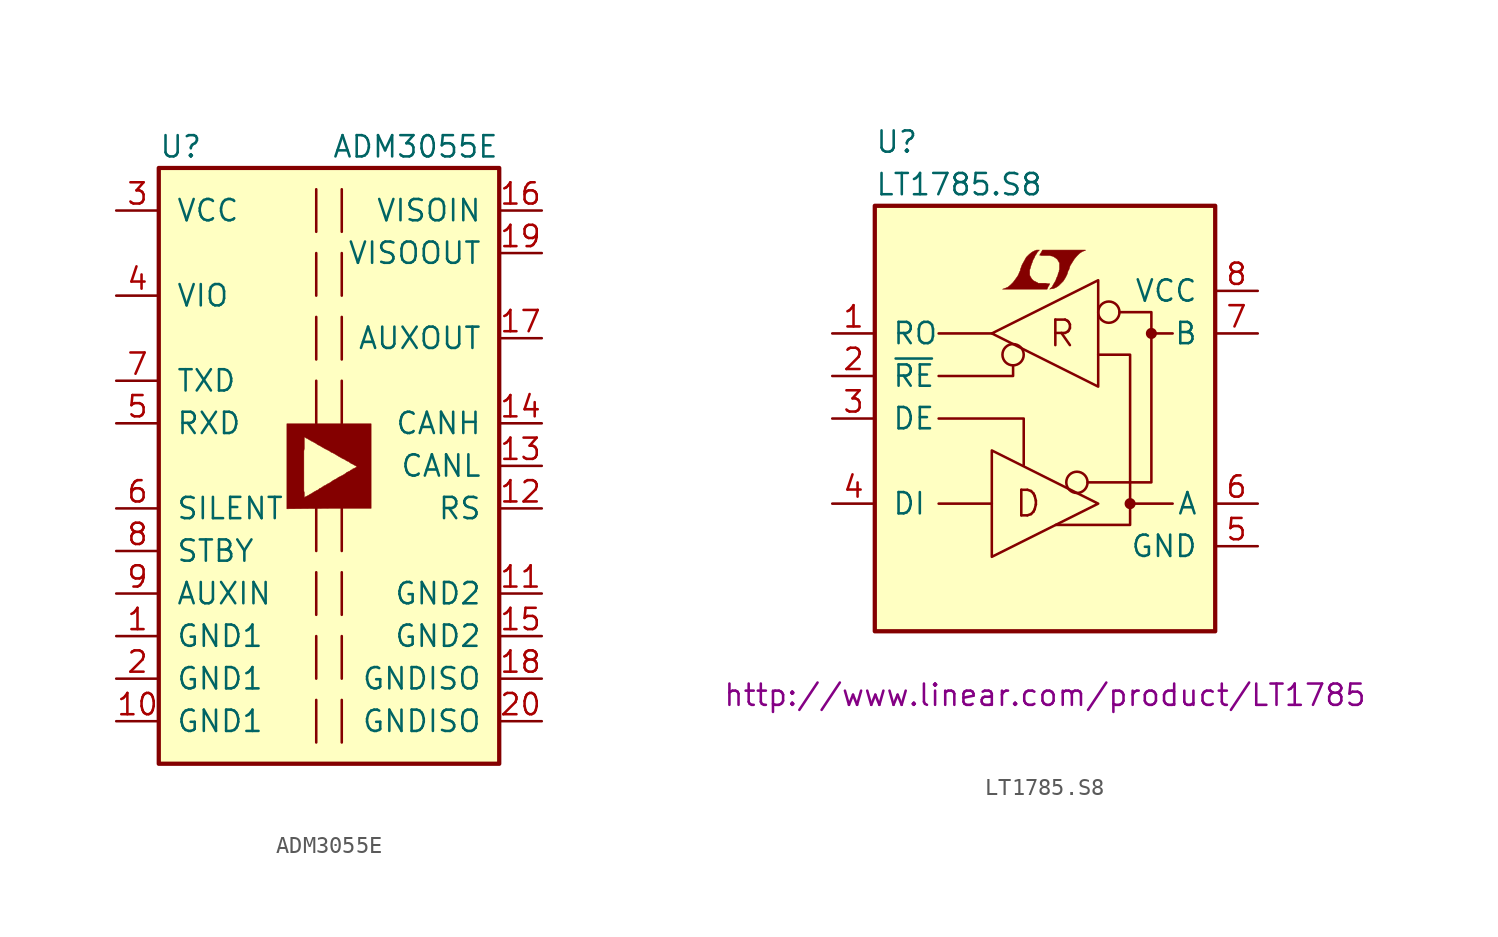
<source format=kicad_sym>
(kicad_symbol_lib
  (version 20201005)
  (generator kicad_symbol_editor)
  (symbol "ADM3055E"
    (pin_names
      (offset 1.016))
    (property "Reference" "U"
      (at -10.16 19.05 0)
      (effects (font (size 1.27 1.27)) (justify left)))
    (property "Value" "ADM3055E"
      (at 10.16 19.05 0)
      (effects (font (size 1.27 1.27)) (justify right)))
    (symbol "ADM3055E_0_0"
      (polyline (pts (xy 0 -2.54) (xy 2.515 -2.54) (xy 2.515 2.515) (xy -2.515 2.515) (xy -2.515 -1.499) (xy -1.499 -1.499) (xy -1.499 0.889) (xy -1.473 1.041) (xy -1.473 1.727) (xy -1.422 1.702) (xy -1.397 1.676) (xy -1.245 1.6) (xy -1.168 1.549) (xy -1.067 1.499) (xy -1.041 1.473) (xy -0.965 1.448) (xy -0.889 1.397) (xy -0.787 1.346) (xy -0.686 1.27) (xy -0.483 1.168) (xy -0.457 1.143) (xy -0.356 1.092) (xy -0.279 1.041) (xy 0.025 0.889) (xy 0.127 0.813) (xy 0.254 0.762) (xy 0.635 0.533) (xy 0.686 0.508) (xy 0.813 0.432) (xy 0.94 0.381) (xy 1.041 0.305) (xy 1.168 0.254) (xy 1.27 0.178) (xy 1.346 0.127) (xy 1.422 0.102) (xy 1.499 0.051) (xy 1.6 0) (xy 1.626 -0.025) (xy 1.651 -0.025) (xy 1.676 -0.051) (xy 1.499 -0.152) (xy 1.422 -0.178) (xy 1.372 -0.229) (xy 1.295 -0.254) (xy 1.245 -0.305) (xy 1.194 -0.33) (xy 1.168 -0.33) (xy 1.143 -0.356) (xy 1.067 -0.381) (xy 1.016 -0.432) (xy 0.864 -0.533) (xy 0.559 -0.686) (xy 0.457 -0.762) (xy 0.254 -0.864) (xy 0.152 -0.94) (xy 0 -1.041) (xy -0.076 -1.067) (xy -0.102 -1.092) (xy -0.152 -1.118) (xy -0.229 -1.168) (xy -0.305 -1.194) (xy -0.356 -1.245) (xy -0.381 -1.245) (xy -0.406 -1.27) (xy -0.483 -1.321) (xy -0.559 -1.346) (xy -0.61 -1.397) (xy -0.686 -1.448) (xy -0.762 -1.473) (xy -0.787 -1.499) (xy -0.889 -1.549) (xy -1.041 -1.651) (xy -1.143 -1.702) (xy -1.219 -1.753) (xy -1.422 -1.854) (xy -1.473 -1.905) (xy -1.473 -1.6) (xy -1.499 -1.499) (xy -2.515 -1.499) (xy -2.515 -2.565) (xy 0 -2.54)) (stroke (width 0.025)) (fill (type outline))))
    (symbol "ADM3055E_0_1"
      (rectangle (start -10.16 17.78) (end 10.16 -17.78) (stroke (width 0.254)) (fill (type background)))
      (polyline (pts (xy -0.762 -13.97) (xy -0.762 -16.51)) (stroke (width 0)) (fill (type none)))
      (polyline (pts (xy -0.762 -10.16) (xy -0.762 -12.7)) (stroke (width 0)) (fill (type none)))
      (polyline (pts (xy -0.762 -6.35) (xy -0.762 -8.89)) (stroke (width 0)) (fill (type none)))
      (polyline (pts (xy -0.762 -2.54) (xy -0.762 -5.08)) (stroke (width 0)) (fill (type none)))
      (polyline (pts (xy -0.762 5.08) (xy -0.762 2.54)) (stroke (width 0)) (fill (type none)))
      (polyline (pts (xy -0.762 8.89) (xy -0.762 6.35)) (stroke (width 0)) (fill (type none)))
      (polyline (pts (xy -0.762 12.7) (xy -0.762 10.16)) (stroke (width 0)) (fill (type none)))
      (polyline (pts (xy -0.762 16.51) (xy -0.762 13.97)) (stroke (width 0)) (fill (type none)))
      (polyline (pts (xy 0.762 -13.97) (xy 0.762 -16.51)) (stroke (width 0)) (fill (type none)))
      (polyline (pts (xy 0.762 -10.16) (xy 0.762 -12.7)) (stroke (width 0)) (fill (type none)))
      (polyline (pts (xy 0.762 -6.35) (xy 0.762 -8.89)) (stroke (width 0)) (fill (type none)))
      (polyline (pts (xy 0.762 -2.54) (xy 0.762 -5.08)) (stroke (width 0)) (fill (type none)))
      (polyline (pts (xy 0.762 2.54) (xy 0.762 5.08)) (stroke (width 0)) (fill (type none)))
      (polyline (pts (xy 0.762 6.35) (xy 0.762 8.89)) (stroke (width 0)) (fill (type none)))
      (polyline (pts (xy 0.762 10.16) (xy 0.762 12.7)) (stroke (width 0)) (fill (type none)))
      (polyline (pts (xy 0.762 13.97) (xy 0.762 16.51)) (stroke (width 0)) (fill (type none))))
    (symbol "ADM3055E_1_1"
      (pin power_in line (at -12.7 -10.16 0) (length 2.54) (name "GND1" (effects (font (size 1.27 1.27)))) (number "1" (effects (font (size 1.27 1.27)))))
      (pin power_in line (at -12.7 -15.24 0) (length 2.54) (name "GND1" (effects (font (size 1.27 1.27)))) (number "10" (effects (font (size 1.27 1.27)))))
      (pin power_in line (at 12.7 -7.62 180) (length 2.54) (name "GND2" (effects (font (size 1.27 1.27)))) (number "11" (effects (font (size 1.27 1.27)))))
      (pin input line (at 12.7 -2.54 180) (length 2.54) (name "RS" (effects (font (size 1.27 1.27)))) (number "12" (effects (font (size 1.27 1.27)))))
      (pin bidirectional line (at 12.7 0 180) (length 2.54) (name "CANL" (effects (font (size 1.27 1.27)))) (number "13" (effects (font (size 1.27 1.27)))))
      (pin bidirectional line (at 12.7 2.54 180) (length 2.54) (name "CANH" (effects (font (size 1.27 1.27)))) (number "14" (effects (font (size 1.27 1.27)))))
      (pin power_in line (at 12.7 -10.16 180) (length 2.54) (name "GND2" (effects (font (size 1.27 1.27)))) (number "15" (effects (font (size 1.27 1.27)))))
      (pin power_in line (at 12.7 15.24 180) (length 2.54) (name "VISOIN" (effects (font (size 1.27 1.27)))) (number "16" (effects (font (size 1.27 1.27)))))
      (pin output line (at 12.7 7.62 180) (length 2.54) (name "AUXOUT" (effects (font (size 1.27 1.27)))) (number "17" (effects (font (size 1.27 1.27)))))
      (pin power_in line (at 12.7 -12.7 180) (length 2.54) (name "GNDISO" (effects (font (size 1.27 1.27)))) (number "18" (effects (font (size 1.27 1.27)))))
      (pin power_out line (at 12.7 12.7 180) (length 2.54) (name "VISOOUT" (effects (font (size 1.27 1.27)))) (number "19" (effects (font (size 1.27 1.27)))))
      (pin power_in line (at -12.7 -12.7 0) (length 2.54) (name "GND1" (effects (font (size 1.27 1.27)))) (number "2" (effects (font (size 1.27 1.27)))))
      (pin power_out line (at 12.7 -15.24 180) (length 2.54) (name "GNDISO" (effects (font (size 1.27 1.27)))) (number "20" (effects (font (size 1.27 1.27)))))
      (pin power_in line (at -12.7 15.24 0) (length 2.54) (name "VCC" (effects (font (size 1.27 1.27)))) (number "3" (effects (font (size 1.27 1.27)))))
      (pin power_in line (at -12.7 10.16 0) (length 2.54) (name "VIO" (effects (font (size 1.27 1.27)))) (number "4" (effects (font (size 1.27 1.27)))))
      (pin output line (at -12.7 2.54 0) (length 2.54) (name "RXD" (effects (font (size 1.27 1.27)))) (number "5" (effects (font (size 1.27 1.27)))))
      (pin input line (at -12.7 -2.54 0) (length 2.54) (name "SILENT" (effects (font (size 1.27 1.27)))) (number "6" (effects (font (size 1.27 1.27)))))
      (pin input line (at -12.7 5.08 0) (length 2.54) (name "TXD" (effects (font (size 1.27 1.27)))) (number "7" (effects (font (size 1.27 1.27)))))
      (pin input line (at -12.7 -5.08 0) (length 2.54) (name "STBY" (effects (font (size 1.27 1.27)))) (number "8" (effects (font (size 1.27 1.27)))))
      (pin input line (at -12.7 -7.62 0) (length 2.54) (name "AUXIN" (effects (font (size 1.27 1.27)))) (number "9" (effects (font (size 1.27 1.27)))))))
  (symbol "LT1785.S8"
    (pin_names
      (offset 1.016))
    (property "Reference" "U"
      (at -10.16 16.51 0)
      (effects (font (size 1.27 1.27)) (justify left)))
    (property "Value" "LT1785.S8"
      (at -10.16 13.97 0)
      (effects (font (size 1.27 1.27)) (justify left)))
    (property "Datasheet" "http://www.linear.com/product/LT1785"
      (at 0 -16.51 0)
      (effects (font (size 1.27 1.27))))
    (symbol "LT1785.S8_0_0"
      (text "D" (at -1.016 -5.08 0) (effects (font (size 1.524 1.524))))
      (text "R" (at 1.016 5.08 0) (effects (font (size 1.524 1.524))))
      (polyline (pts (xy 0.203 7.899) (xy 0.229 7.925) (xy 0.279 8.026) (xy 0.279 8.052) (xy 0.152 8.052) (xy 0.051 8.077) (xy -0.406 8.077) (xy -0.432 8.103) (xy -0.686 8.23) (xy -0.787 8.331) (xy -0.864 8.458) (xy -0.914 8.56) (xy -0.914 8.865) (xy -0.864 9.017) (xy -0.838 9.119) (xy -0.813 9.195) (xy -0.762 9.322) (xy -0.711 9.474) (xy -0.635 9.601) (xy -0.584 9.728) (xy -0.508 9.83) (xy -0.457 9.931) (xy -0.33 10.058) (xy -0.508 10.058) (xy -0.635 10.008) (xy -0.737 9.957) (xy -0.813 9.906) (xy -0.94 9.804) (xy -1.118 9.627) (xy -1.372 9.169) (xy -1.473 8.89) (xy -1.473 8.839) (xy -1.524 8.738) (xy -1.575 8.611) (xy -1.626 8.509) (xy -1.753 8.331) (xy -1.905 8.128) (xy -2.057 7.976) (xy -2.21 7.849) (xy -2.388 7.772) (xy -2.54 7.722) (xy 0.127 7.722) (xy 0.203 7.899)) (stroke (width 0.025)) (fill (type outline)))
      (polyline (pts (xy 0.406 7.747) (xy 0.483 7.747) (xy 0.66 7.823) (xy 0.813 7.925) (xy 1.092 8.204) (xy 1.219 8.407) (xy 1.321 8.611) (xy 1.397 8.865) (xy 1.422 8.865) (xy 1.499 9.119) (xy 1.753 9.525) (xy 1.905 9.703) (xy 2.057 9.855) (xy 2.21 9.957) (xy 2.388 10.033) (xy 2.413 10.033) (xy 2.413 10.058) (xy -0.152 10.058) (xy -0.229 9.906) (xy -0.254 9.881) (xy -0.305 9.779) (xy -0.33 9.754) (xy -0.279 9.754) (xy -0.229 9.728) (xy 0.305 9.728) (xy 0.356 9.703) (xy 0.406 9.703) (xy 0.483 9.677) (xy 0.61 9.601) (xy 0.737 9.5) (xy 0.813 9.373) (xy 0.838 9.322) (xy 0.864 9.296) (xy 0.864 8.89) (xy 0.838 8.839) (xy 0.838 8.763) (xy 0.787 8.661) (xy 0.762 8.534) (xy 0.686 8.382) (xy 0.635 8.23) (xy 0.483 7.976) (xy 0.432 7.874) (xy 0.279 7.722) (xy 0.406 7.747)) (stroke (width 0.025)) (fill (type outline))))
    (symbol "LT1785.S8_0_1"
      (circle (center -1.905 3.81) (radius 0.635) (stroke (width 0)) (fill (type none)))
      (circle (center 1.905 -3.81) (radius 0.635) (stroke (width 0)) (fill (type none)))
      (circle (center 3.81 6.35) (radius 0.635) (stroke (width 0)) (fill (type none)))
      (circle (center 5.08 -5.08) (radius 0.254) (stroke (width 0)) (fill (type outline)))
      (circle (center 6.35 5.08) (radius 0.254) (stroke (width 0)) (fill (type outline)))
      (rectangle (start -10.16 12.7) (end 10.16 -12.7) (stroke (width 0.254)) (fill (type background)))
      (polyline (pts (xy -3.175 -5.08) (xy -6.35 -5.08)) (stroke (width 0)) (fill (type none)))
      (polyline (pts (xy -3.175 5.08) (xy -6.35 5.08)) (stroke (width 0)) (fill (type none)))
      (polyline (pts (xy 7.62 -5.08) (xy 5.08 -5.08)) (stroke (width 0)) (fill (type none)))
      (polyline (pts (xy 7.62 5.08) (xy 6.35 5.08)) (stroke (width 0)) (fill (type none)))
      (polyline (pts (xy -6.35 0) (xy -1.27 0) (xy -1.27 -2.794)) (stroke (width 0)) (fill (type none)))
      (polyline (pts (xy -1.905 3.175) (xy -1.905 2.54) (xy -6.35 2.54)) (stroke (width 0)) (fill (type none)))
      (polyline (pts (xy -3.175 -1.905) (xy -3.175 -8.255) (xy 3.175 -5.08) (xy -3.175 -1.905)) (stroke (width 0)) (fill (type none)))
      (polyline (pts (xy -3.175 5.08) (xy 3.175 1.905) (xy 3.175 8.255) (xy -3.175 5.08)) (stroke (width 0)) (fill (type none)))
      (polyline (pts (xy 0.635 -6.35) (xy 5.08 -6.35) (xy 5.08 3.81) (xy 3.175 3.81)) (stroke (width 0)) (fill (type none)))
      (polyline (pts (xy 4.445 6.35) (xy 6.35 6.35) (xy 6.35 -1.27) (xy 6.35 -3.81) (xy 2.54 -3.81)) (stroke (width 0)) (fill (type none))))
    (symbol "LT1785.S8_1_1"
      (pin tri_state line (at -12.7 5.08 0) (length 2.54) (name "RO" (effects (font (size 1.27 1.27)))) (number "1" (effects (font (size 1.27 1.27)))))
      (pin input line (at -12.7 2.54 0) (length 2.54) (name "~RE~" (effects (font (size 1.27 1.27)))) (number "2" (effects (font (size 1.27 1.27)))))
      (pin input line (at -12.7 0 0) (length 2.54) (name "DE" (effects (font (size 1.27 1.27)))) (number "3" (effects (font (size 1.27 1.27)))))
      (pin passive line (at -12.7 -5.08 0) (length 2.54) (name "DI" (effects (font (size 1.27 1.27)))) (number "4" (effects (font (size 1.27 1.27)))))
      (pin power_in line (at 12.7 -7.62 180) (length 2.54) (name "GND" (effects (font (size 1.27 1.27)))) (number "5" (effects (font (size 1.27 1.27)))))
      (pin passive line (at 12.7 -5.08 180) (length 2.54) (name "A" (effects (font (size 1.27 1.27)))) (number "6" (effects (font (size 1.27 1.27)))))
      (pin passive line (at 12.7 5.08 180) (length 2.54) (name "B" (effects (font (size 1.27 1.27)))) (number "7" (effects (font (size 1.27 1.27)))))
      (pin power_in line (at 12.7 7.62 180) (length 2.54) (name "VCC" (effects (font (size 1.27 1.27)))) (number "8" (effects (font (size 1.27 1.27))))))))
</source>
